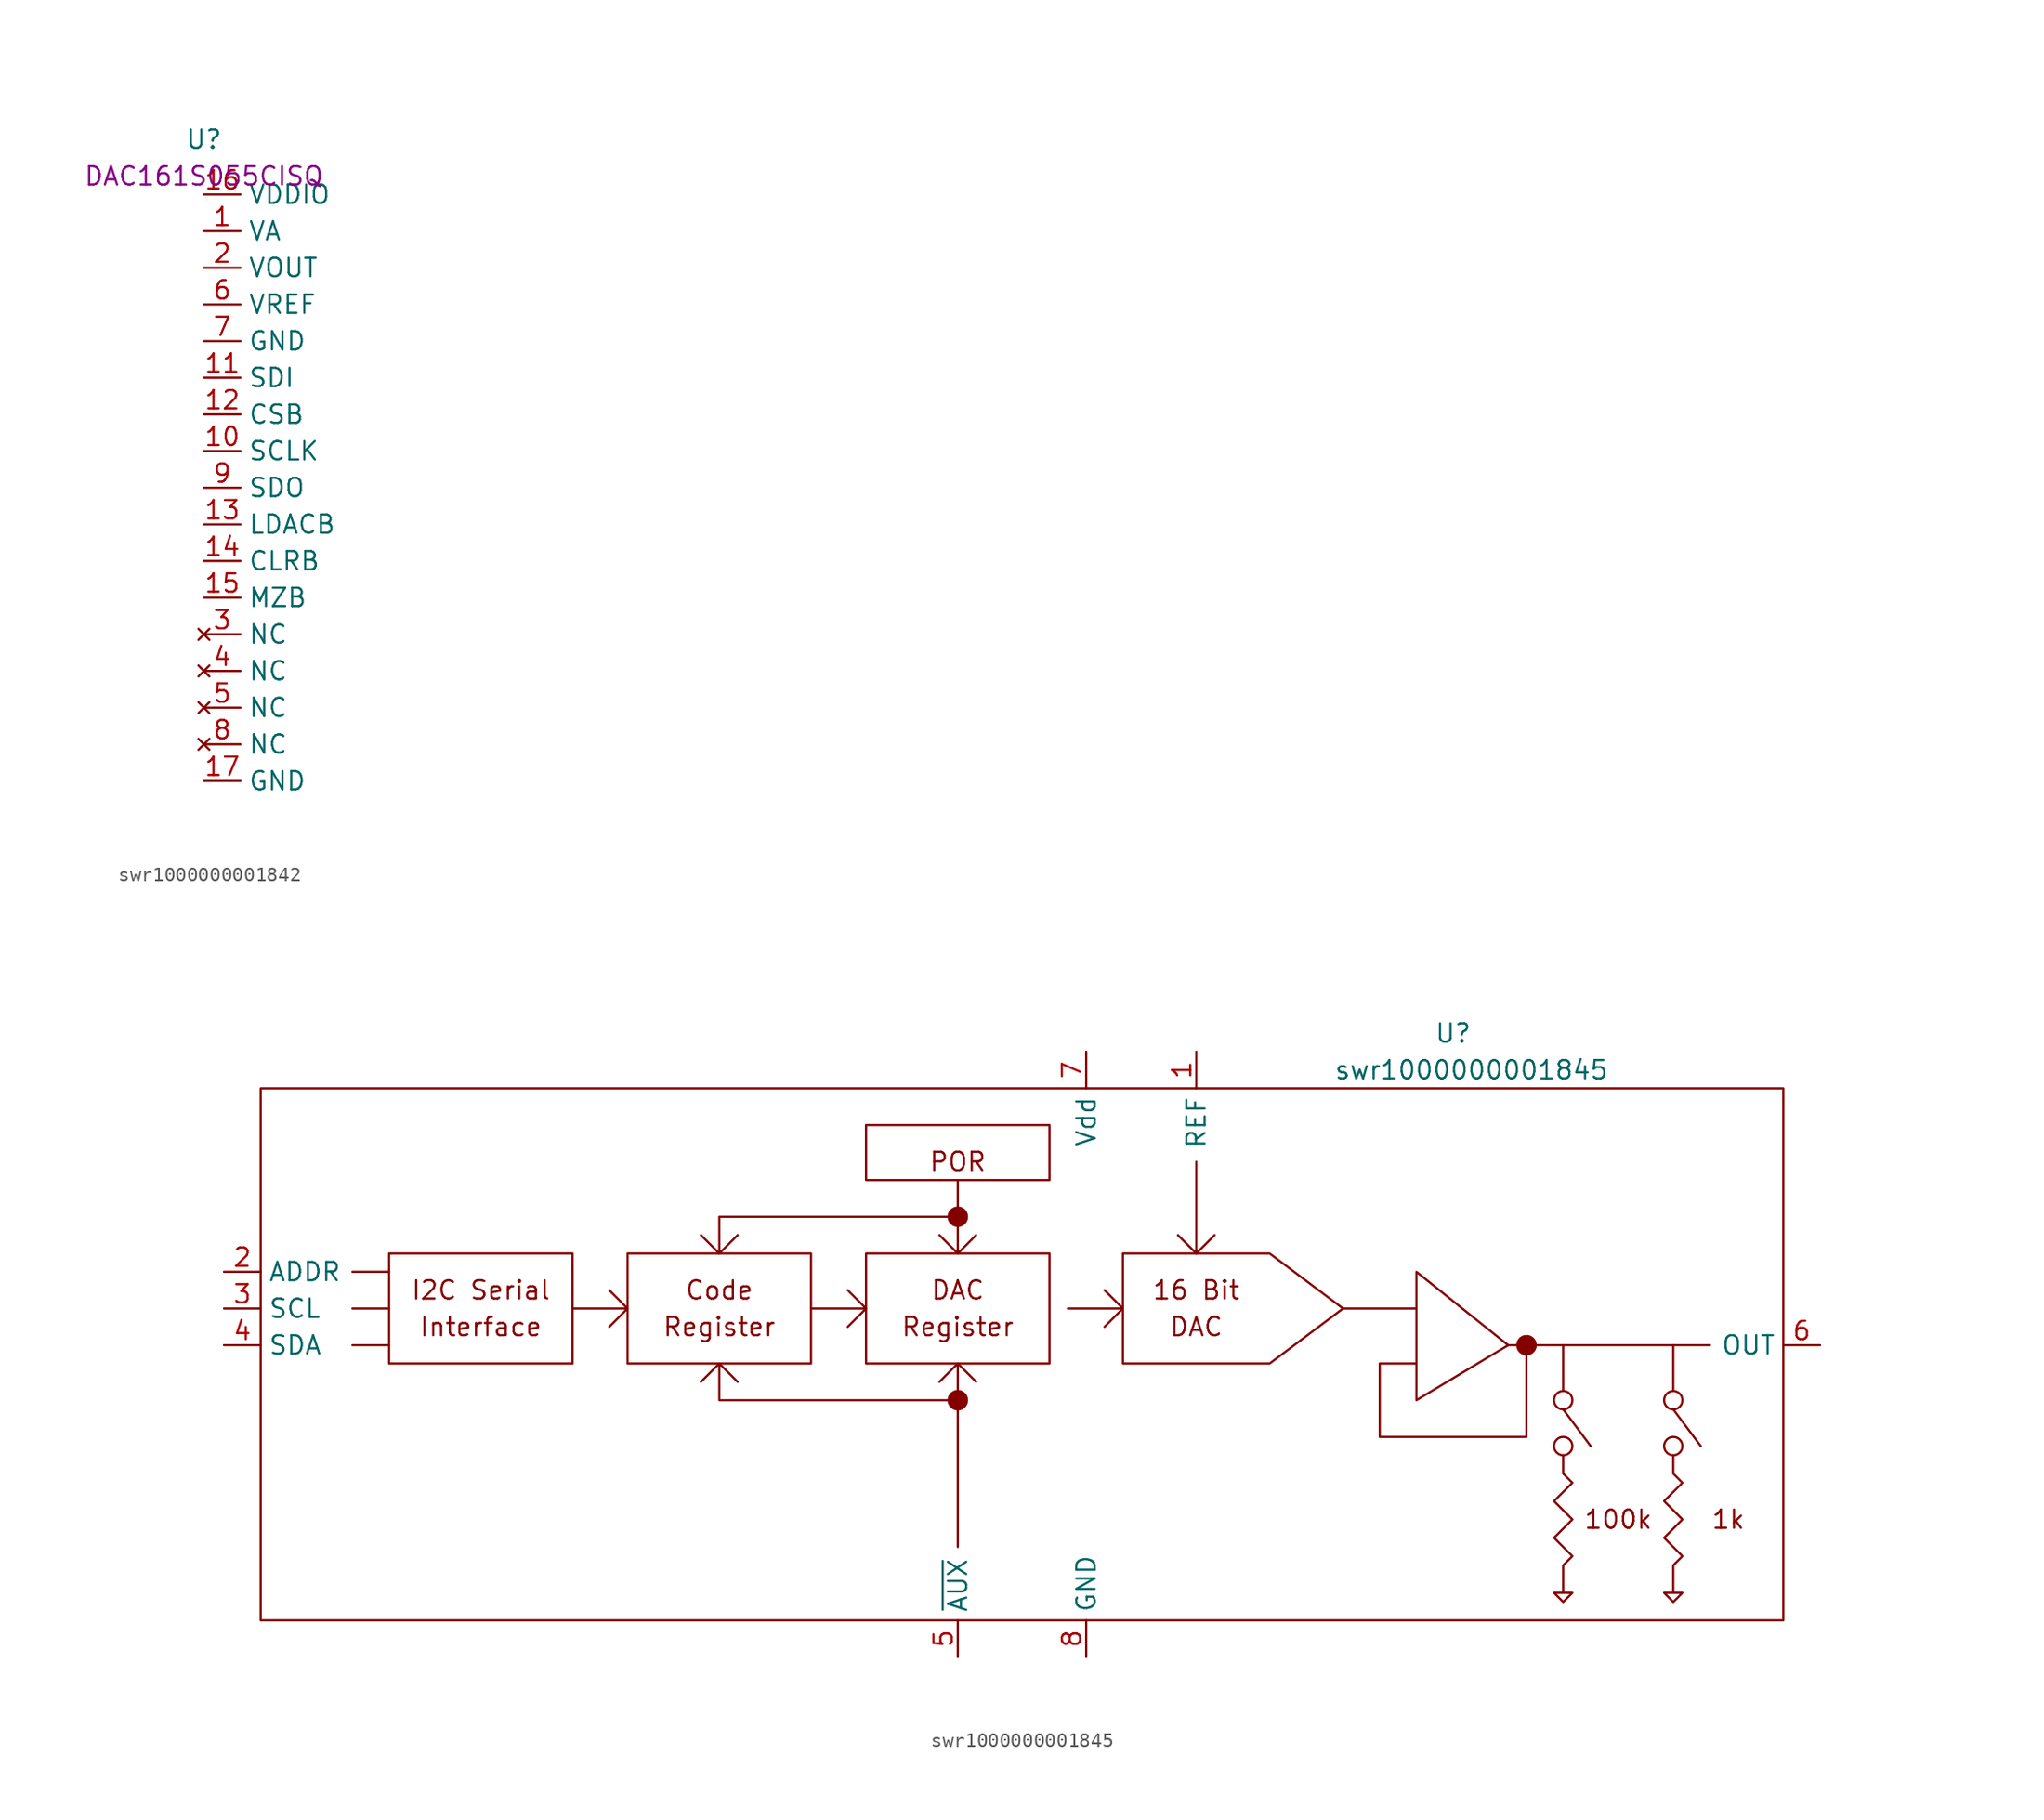
<source format=kicad_sym>
(kicad_symbol_lib
  (version 20220914)
  (generator kicad_symbol_editor)
  (symbol "swr1000000001842"
    (property "Reference" "U"
      (at 0 3.81 0)
      (effects (font (size 1.27 1.27))))
    (property "PartValue" "DAC161S055CISQ"
      (at 0 1.27 0)
      (effects (font (size 1.27 1.27))))
    (symbol "swr1000000001842_0_0"
      (pin power_in line (at 0 -2.54 0) (length 2.54) (name "VA" (effects (font (size 1.27 1.27)))) (number "1" (effects (font (size 1.27 1.27)))))
      (pin input line (at 0 -17.78 0) (length 2.54) (name "SCLK" (effects (font (size 1.27 1.27)))) (number "10" (effects (font (size 1.27 1.27)))))
      (pin input line (at 0 -12.7 0) (length 2.54) (name "SDI" (effects (font (size 1.27 1.27)))) (number "11" (effects (font (size 1.27 1.27)))))
      (pin input line (at 0 -15.24 0) (length 2.54) (name "CSB" (effects (font (size 1.27 1.27)))) (number "12" (effects (font (size 1.27 1.27)))))
      (pin input line (at 0 -22.86 0) (length 2.54) (name "LDACB" (effects (font (size 1.27 1.27)))) (number "13" (effects (font (size 1.27 1.27)))))
      (pin input line (at 0 -25.4 0) (length 2.54) (name "CLRB" (effects (font (size 1.27 1.27)))) (number "14" (effects (font (size 1.27 1.27)))))
      (pin input line (at 0 -27.94 0) (length 2.54) (name "MZB" (effects (font (size 1.27 1.27)))) (number "15" (effects (font (size 1.27 1.27)))))
      (pin power_in line (at 0 0 0) (length 2.54) (name "VDDIO" (effects (font (size 1.27 1.27)))) (number "16" (effects (font (size 1.27 1.27)))))
      (pin power_in line (at 0 -40.64 0) (length 2.54) (name "GND" (effects (font (size 1.27 1.27)))) (number "17" (effects (font (size 1.27 1.27)))))
      (pin output line (at 0 -5.08 0) (length 2.54) (name "VOUT" (effects (font (size 1.27 1.27)))) (number "2" (effects (font (size 1.27 1.27)))))
      (pin no_connect line (at 0 -30.48 0) (length 2.54) (name "NC" (effects (font (size 1.27 1.27)))) (number "3" (effects (font (size 1.27 1.27)))))
      (pin no_connect line (at 0 -33.02 0) (length 2.54) (name "NC" (effects (font (size 1.27 1.27)))) (number "4" (effects (font (size 1.27 1.27)))))
      (pin no_connect line (at 0 -35.56 0) (length 2.54) (name "NC" (effects (font (size 1.27 1.27)))) (number "5" (effects (font (size 1.27 1.27)))))
      (pin input line (at 0 -7.62 0) (length 2.54) (name "VREF" (effects (font (size 1.27 1.27)))) (number "6" (effects (font (size 1.27 1.27)))))
      (pin power_in line (at 0 -10.16 0) (length 2.54) (name "GND" (effects (font (size 1.27 1.27)))) (number "7" (effects (font (size 1.27 1.27)))))
      (pin no_connect line (at 0 -38.1 0) (length 2.54) (name "NC" (effects (font (size 1.27 1.27)))) (number "8" (effects (font (size 1.27 1.27)))))
      (pin output line (at 0 -20.32 0) (length 2.54) (name "SDO" (effects (font (size 1.27 1.27)))) (number "9" (effects (font (size 1.27 1.27)))))))
  (symbol "swr1000000001845"
    (property "Reference" "U"
      (at 34.29 3.81 0)
      (effects (font (size 1.27 1.27))))
    (property "Value" "swr1000000001845"
      (at 35.56 1.27 0)
      (effects (font (size 1.27 1.27))))
    (symbol "swr1000000001845_0_0"
      (rectangle (start -6.35 -2.54) (end 6.35 -6.35) (stroke (width 0) (type default)) (fill (type none)))
      (circle (center 0 -21.59) (radius 0.635) (stroke (width 0) (type default)) (fill (type outline)))
      (circle (center 0 -8.89) (radius 0.635) (stroke (width 0) (type default)) (fill (type outline)))
      (polyline (pts (xy -41.91 -17.78) (xy -39.37 -17.78)) (stroke (width 0) (type default)) (fill (type none)))
      (polyline (pts (xy -41.91 -15.24) (xy -39.37 -15.24)) (stroke (width 0) (type default)) (fill (type none)))
      (polyline (pts (xy -41.91 -12.7) (xy -39.37 -12.7)) (stroke (width 0) (type default)) (fill (type none)))
      (polyline (pts (xy 26.67 -15.24) (xy 31.75 -15.24)) (stroke (width 0) (type default)) (fill (type none)))
      (polyline (pts (xy 38.1 -17.78) (xy 52.07 -17.78)) (stroke (width 0) (type default)) (fill (type none)))
      (polyline (pts (xy 41.91 -22.225) (xy 43.815 -24.765)) (stroke (width 0) (type default)) (fill (type none)))
      (polyline (pts (xy 41.91 -17.78) (xy 41.91 -20.955)) (stroke (width 0) (type default)) (fill (type none)))
      (polyline (pts (xy 49.53 -22.225) (xy 51.435 -24.765)) (stroke (width 0) (type default)) (fill (type none)))
      (polyline (pts (xy 49.53 -17.78) (xy 49.53 -20.955)) (stroke (width 0) (type default)) (fill (type none)))
      (polyline (pts (xy 31.75 -12.7) (xy 31.75 -21.59) (xy 38.1 -17.78) (xy 31.75 -12.7)) (stroke (width 0) (type default)) (fill (type none)))
      (polyline (pts (xy -26.67 -15.24) (xy -22.86 -15.24) (xy -24.13 -13.97) (xy -22.86 -15.24) (xy -24.13 -16.51)) (stroke (width 0) (type default)) (fill (type none)))
      (polyline (pts (xy -10.16 -15.24) (xy -6.35 -15.24) (xy -7.62 -13.97) (xy -6.35 -15.24) (xy -7.62 -16.51)) (stroke (width 0) (type default)) (fill (type none)))
      (polyline (pts (xy 0 -6.35) (xy 0 -11.43) (xy 1.27 -10.16) (xy 0 -11.43) (xy -1.27 -10.16)) (stroke (width 0) (type default)) (fill (type none)))
      (polyline (pts (xy 7.62 -15.24) (xy 11.43 -15.24) (xy 10.16 -13.97) (xy 11.43 -15.24) (xy 10.16 -16.51)) (stroke (width 0) (type default)) (fill (type none)))
      (polyline (pts (xy 16.51 -5.08) (xy 16.51 -11.43) (xy 17.78 -10.16) (xy 16.51 -11.43) (xy 15.24 -10.16)) (stroke (width 0) (type default)) (fill (type none)))
      (polyline (pts (xy 39.37 -17.78) (xy 39.37 -24.13) (xy 29.21 -24.13) (xy 29.21 -19.05) (xy 31.75 -19.05)) (stroke (width 0) (type default)) (fill (type none)))
      (polyline (pts (xy 0 -31.75) (xy 0 -20.32) (xy 0 -19.05) (xy 1.27 -20.32) (xy 0 -19.05) (xy -1.27 -20.32)) (stroke (width 0) (type default)) (fill (type none)))
      (polyline (pts (xy 0 -21.59) (xy -16.51 -21.59) (xy -16.51 -19.05) (xy -15.24 -20.32) (xy -16.51 -19.05) (xy -17.78 -20.32)) (stroke (width 0) (type default)) (fill (type none)))
      (polyline (pts (xy 0 -8.89) (xy -16.51 -8.89) (xy -16.51 -11.43) (xy -15.24 -10.16) (xy -16.51 -11.43) (xy -17.78 -10.16)) (stroke (width 0) (type default)) (fill (type none)))
      (polyline (pts (xy 11.43 -11.43) (xy 11.43 -19.05) (xy 21.59 -19.05) (xy 26.67 -15.24) (xy 21.59 -11.43) (xy 11.43 -11.43)) (stroke (width 0) (type default)) (fill (type none)))
      (polyline (pts (xy 41.91 -25.4) (xy 41.91 -26.67) (xy 42.545 -27.305) (xy 41.275 -28.575) (xy 42.545 -29.845) (xy 41.275 -31.115) (xy 42.545 -32.385) (xy 41.91 -33.02) (xy 41.91 -34.925) (xy 41.275 -34.925) (xy 41.91 -35.56) (xy 42.545 -34.925) (xy 41.91 -34.925)) (stroke (width 0) (type default)) (fill (type none)))
      (polyline (pts (xy 49.53 -25.4) (xy 49.53 -26.67) (xy 50.165 -27.305) (xy 48.895 -28.575) (xy 50.165 -29.845) (xy 48.895 -31.115) (xy 50.165 -32.385) (xy 49.53 -33.02) (xy 49.53 -34.925) (xy 48.895 -34.925) (xy 49.53 -35.56) (xy 50.165 -34.925) (xy 49.53 -34.925)) (stroke (width 0) (type default)) (fill (type none)))
      (circle (center 39.37 -17.78) (radius 0.635) (stroke (width 0) (type default)) (fill (type outline)))
      (circle (center 41.91 -24.765) (radius 0.635) (stroke (width 0) (type default)) (fill (type none)))
      (circle (center 41.91 -21.59) (radius 0.635) (stroke (width 0) (type default)) (fill (type none)))
      (circle (center 49.53 -24.765) (radius 0.635) (stroke (width 0) (type default)) (fill (type none)))
      (circle (center 49.53 -21.59) (radius 0.635) (stroke (width 0) (type default)) (fill (type none)))
      (rectangle (start 57.15 0) (end -48.26 -36.83) (stroke (width 0) (type default)) (fill (type none)))
      (text "100k" (at 45.72 -29.845 0) (effects (font (size 1.27 1.27))))
      (text "16 Bit" (at 16.51 -13.97 0) (effects (font (size 1.27 1.27))))
      (text "1k" (at 53.34 -29.845 0) (effects (font (size 1.27 1.27))))
      (text "Code" (at -16.51 -13.97 0) (effects (font (size 1.27 1.27))))
      (text "DAC" (at 0 -13.97 0) (effects (font (size 1.27 1.27))))
      (text "DAC" (at 16.51 -16.51 0) (effects (font (size 1.27 1.27))))
      (text "I2C Serial" (at -33.02 -13.97 0) (effects (font (size 1.27 1.27))))
      (text "Interface" (at -33.02 -16.51 0) (effects (font (size 1.27 1.27))))
      (text "POR" (at 0 -5.08 0) (effects (font (size 1.27 1.27))))
      (text "Register" (at -16.51 -16.51 0) (effects (font (size 1.27 1.27))))
      (text "Register" (at 0 -16.51 0) (effects (font (size 1.27 1.27))))
      (pin input line (at 16.51 2.54 270) (length 2.54) (name "REF" (effects (font (size 1.27 1.27)))) (number "1" (effects (font (size 1.27 1.27)))))
      (pin input line (at -50.8 -12.7 0) (length 2.54) (name "ADDR" (effects (font (size 1.27 1.27)))) (number "2" (effects (font (size 1.27 1.27)))))
      (pin input line (at -50.8 -15.24 0) (length 2.54) (name "SCL" (effects (font (size 1.27 1.27)))) (number "3" (effects (font (size 1.27 1.27)))))
      (pin bidirectional line (at -50.8 -17.78 0) (length 2.54) (name "SDA" (effects (font (size 1.27 1.27)))) (number "4" (effects (font (size 1.27 1.27)))))
      (pin input line (at 0 -39.37 90) (length 2.54) (name "~{AUX}" (effects (font (size 1.27 1.27)))) (number "5" (effects (font (size 1.27 1.27)))))
      (pin output line (at 59.69 -17.78 180) (length 2.54) (name "OUT" (effects (font (size 1.27 1.27)))) (number "6" (effects (font (size 1.27 1.27)))))
      (pin power_in line (at 8.89 2.54 270) (length 2.54) (name "Vdd" (effects (font (size 1.27 1.27)))) (number "7" (effects (font (size 1.27 1.27)))))
      (pin power_in line (at 8.89 -39.37 90) (length 2.54) (name "GND" (effects (font (size 1.27 1.27)))) (number "8" (effects (font (size 1.27 1.27))))))
    (symbol "swr1000000001845_0_1"
      (rectangle (start -39.37 -11.43) (end -26.67 -19.05) (stroke (width 0) (type default)) (fill (type none)))
      (rectangle (start -22.86 -11.43) (end -10.16 -19.05) (stroke (width 0) (type default)) (fill (type none)))
      (rectangle (start -6.35 -11.43) (end 6.35 -19.05) (stroke (width 0) (type default)) (fill (type none))))))
</source>
